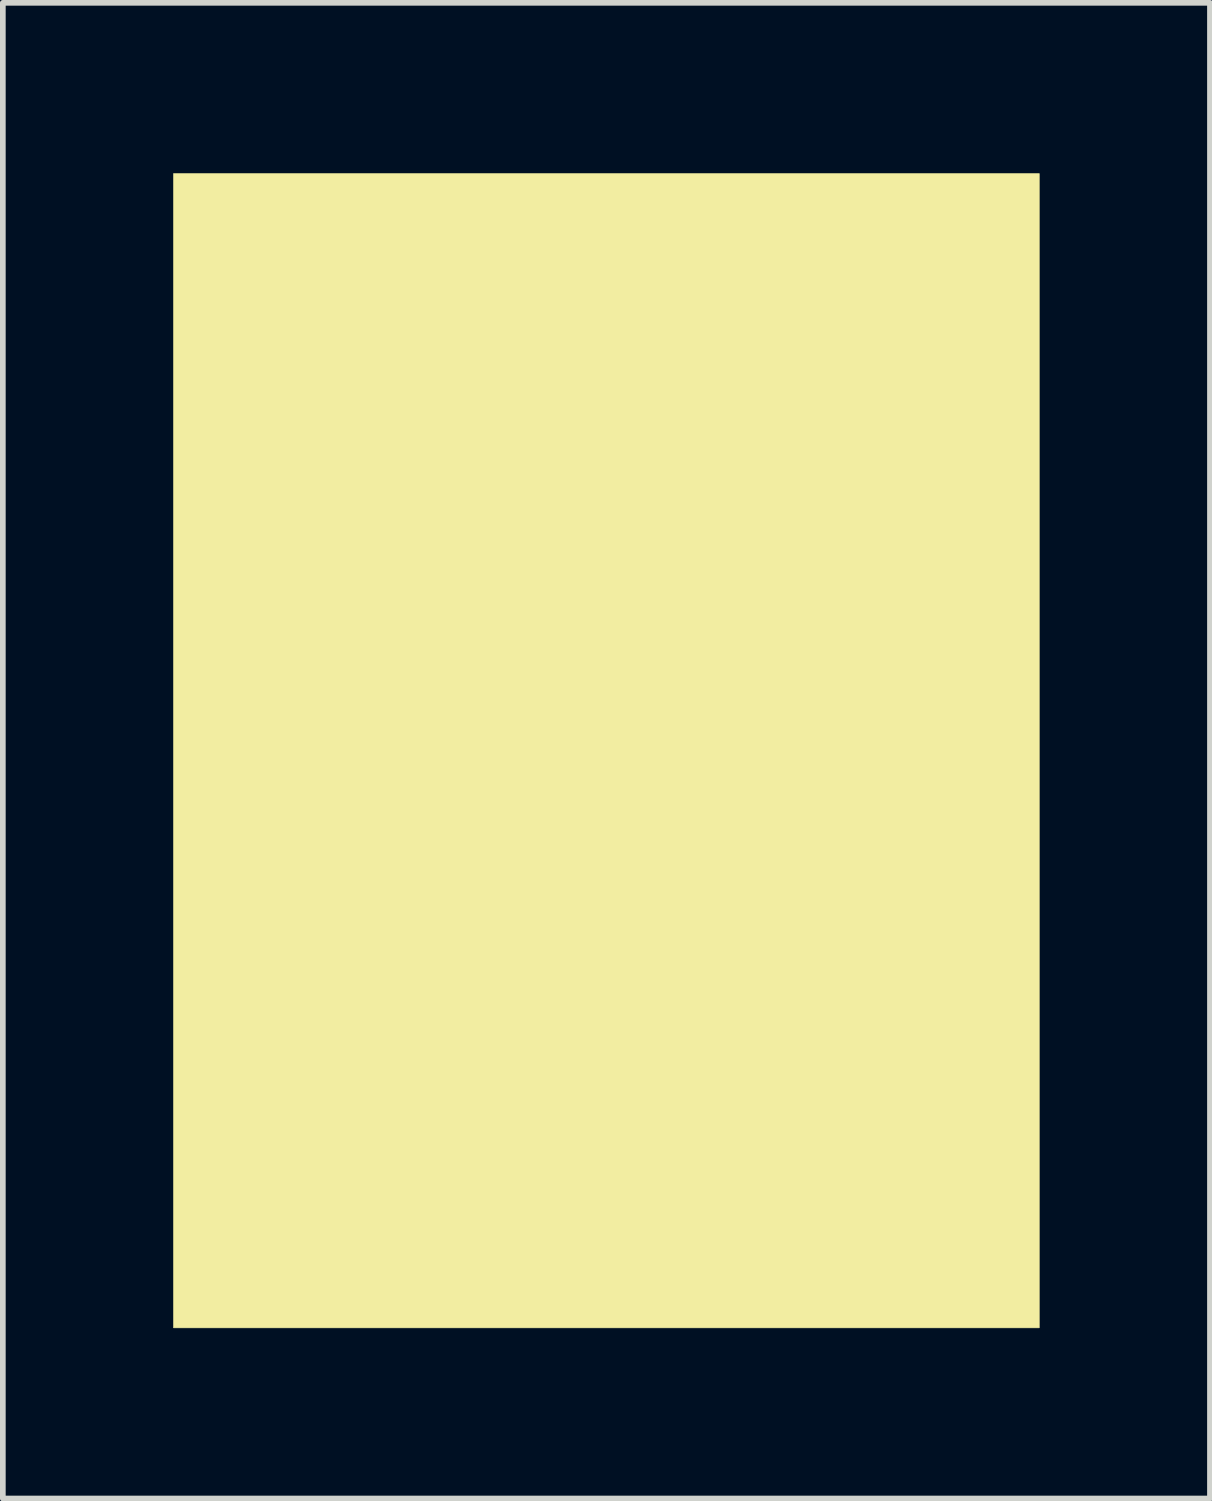
<source format=kicad_pcb>
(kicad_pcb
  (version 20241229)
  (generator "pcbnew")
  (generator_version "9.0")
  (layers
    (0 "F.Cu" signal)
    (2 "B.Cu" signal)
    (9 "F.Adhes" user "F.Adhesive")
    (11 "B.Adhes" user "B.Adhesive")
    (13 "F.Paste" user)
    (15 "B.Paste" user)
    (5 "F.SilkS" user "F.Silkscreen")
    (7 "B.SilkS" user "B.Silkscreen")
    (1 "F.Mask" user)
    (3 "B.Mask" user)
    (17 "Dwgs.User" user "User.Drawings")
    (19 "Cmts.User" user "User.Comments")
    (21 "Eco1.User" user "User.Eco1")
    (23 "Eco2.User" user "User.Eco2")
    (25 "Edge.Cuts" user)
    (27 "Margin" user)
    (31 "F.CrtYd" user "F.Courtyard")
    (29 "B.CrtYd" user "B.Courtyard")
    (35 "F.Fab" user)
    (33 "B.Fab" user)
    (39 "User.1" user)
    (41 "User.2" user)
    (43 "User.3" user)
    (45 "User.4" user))
  (footprint "Logo5"
    (layer "F.Cu")
    (at 7.625 10.165)
    (property "Reference" "Logo5" (at 0 0 0) (layer "F.SilkS") (effects (font (size 1.524 1.524) (thickness 0.3))))
    (attr through_hole)
    (fp_poly (pts (xy 7.62 10.16) (xy -7.62 10.16) (xy -7.62 -10.16) (xy 7.62 -10.16) (xy 7.62 10.16)) (stroke (width 0.01) (type solid)) (fill yes) (layer "F.SilkS")))
  (gr_rect
    (start -3 -3)
    (end 18.25 23.33)
    (stroke (width 0.1) (type default))
    (fill no)
    (layer "Edge.Cuts")))
</source>
